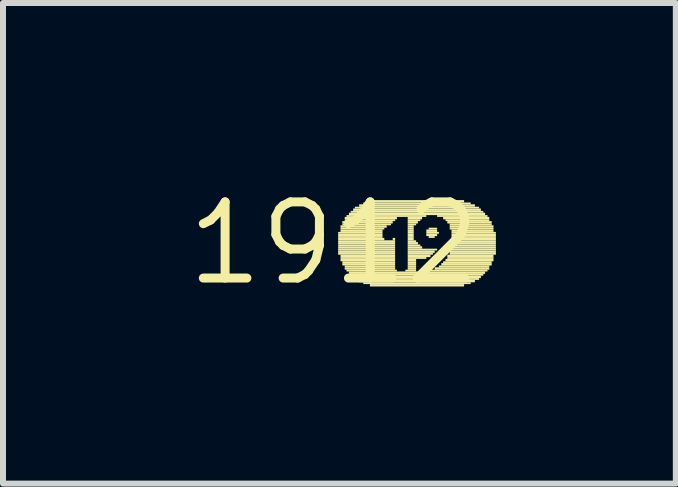
<source format=kicad_pcb>
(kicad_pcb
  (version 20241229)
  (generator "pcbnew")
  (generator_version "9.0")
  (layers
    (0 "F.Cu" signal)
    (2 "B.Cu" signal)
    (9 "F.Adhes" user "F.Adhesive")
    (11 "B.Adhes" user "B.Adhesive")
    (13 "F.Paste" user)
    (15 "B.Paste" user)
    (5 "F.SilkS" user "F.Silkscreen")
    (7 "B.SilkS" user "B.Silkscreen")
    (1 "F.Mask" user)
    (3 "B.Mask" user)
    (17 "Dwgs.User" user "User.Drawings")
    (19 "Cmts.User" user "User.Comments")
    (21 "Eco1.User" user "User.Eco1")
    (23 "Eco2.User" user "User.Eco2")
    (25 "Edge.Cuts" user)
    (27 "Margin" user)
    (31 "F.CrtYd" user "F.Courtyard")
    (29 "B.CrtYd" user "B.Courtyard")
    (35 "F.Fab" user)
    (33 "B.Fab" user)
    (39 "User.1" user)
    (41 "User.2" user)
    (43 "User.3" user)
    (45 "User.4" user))
  (footprint "1912"
    (layer "F.Cu")
    (at 2.517 1.006)
    (property "Reference" "1912" (at 0 0 0) (layer "F.SilkS") (effects (font (size 1.27 1.27) (thickness 0.15))))
    (fp_poly (pts (xy 0.07 -0.16) (xy 0.81 -0.16) (xy 0.81 -0.19) (xy 0.07 -0.19)) (stroke (width 0) (type solid)) (fill yes) (layer "F.SilkS"))
    (fp_poly (pts (xy 0.07 -0.12) (xy 0.81 -0.12) (xy 0.81 -0.16) (xy 0.07 -0.16)) (stroke (width 0) (type solid)) (fill yes) (layer "F.SilkS"))
    (fp_poly (pts (xy 0.07 -0.09) (xy 0.81 -0.09) (xy 0.81 -0.12) (xy 0.07 -0.12)) (stroke (width 0) (type solid)) (fill yes) (layer "F.SilkS"))
    (fp_poly (pts (xy 0.07 -0.05) (xy 0.84 -0.05) (xy 0.84 -0.09) (xy 0.07 -0.09)) (stroke (width 0) (type solid)) (fill yes) (layer "F.SilkS"))
    (fp_poly (pts (xy 0.07 -0.02) (xy 1.02 -0.02) (xy 1.02 -0.05) (xy 0.07 -0.05)) (stroke (width 0) (type solid)) (fill yes) (layer "F.SilkS"))
    (fp_poly (pts (xy 0.07 0.02) (xy 1.02 0.02) (xy 1.02 -0.02) (xy 0.07 -0.02)) (stroke (width 0) (type solid)) (fill yes) (layer "F.SilkS"))
    (fp_poly (pts (xy 0.07 0.05) (xy 1.02 0.05) (xy 1.02 0.02) (xy 0.07 0.02)) (stroke (width 0) (type solid)) (fill yes) (layer "F.SilkS"))
    (fp_poly (pts (xy 0.07 0.09) (xy 1.02 0.09) (xy 1.02 0.05) (xy 0.07 0.05)) (stroke (width 0) (type solid)) (fill yes) (layer "F.SilkS"))
    (fp_poly (pts (xy 0.07 0.12) (xy 1.02 0.12) (xy 1.02 0.09) (xy 0.07 0.09)) (stroke (width 0) (type solid)) (fill yes) (layer "F.SilkS"))
    (fp_poly (pts (xy 0.07 0.16) (xy 1.02 0.16) (xy 1.02 0.12) (xy 0.07 0.12)) (stroke (width 0) (type solid)) (fill yes) (layer "F.SilkS"))
    (fp_poly (pts (xy 0.07 0.19) (xy 1.02 0.19) (xy 1.02 0.16) (xy 0.07 0.16)) (stroke (width 0) (type solid)) (fill yes) (layer "F.SilkS"))
    (fp_poly (pts (xy 0.11 -0.26) (xy 0.88 -0.26) (xy 0.88 -0.3) (xy 0.11 -0.3)) (stroke (width 0) (type solid)) (fill yes) (layer "F.SilkS"))
    (fp_poly (pts (xy 0.11 -0.23) (xy 0.84 -0.23) (xy 0.84 -0.26) (xy 0.11 -0.26)) (stroke (width 0) (type solid)) (fill yes) (layer "F.SilkS"))
    (fp_poly (pts (xy 0.11 -0.19) (xy 0.81 -0.19) (xy 0.81 -0.23) (xy 0.11 -0.23)) (stroke (width 0) (type solid)) (fill yes) (layer "F.SilkS"))
    (fp_poly (pts (xy 0.11 0.23) (xy 1.02 0.23) (xy 1.02 0.19) (xy 0.11 0.19)) (stroke (width 0) (type solid)) (fill yes) (layer "F.SilkS"))
    (fp_poly (pts (xy 0.11 0.26) (xy 1.02 0.26) (xy 1.02 0.23) (xy 0.11 0.23)) (stroke (width 0) (type solid)) (fill yes) (layer "F.SilkS"))
    (fp_poly (pts (xy 0.11 0.3) (xy 1.02 0.3) (xy 1.02 0.26) (xy 0.11 0.26)) (stroke (width 0) (type solid)) (fill yes) (layer "F.SilkS"))
    (fp_poly (pts (xy 0.14 -0.33) (xy 0.98 -0.33) (xy 0.98 -0.37) (xy 0.14 -0.37)) (stroke (width 0) (type solid)) (fill yes) (layer "F.SilkS"))
    (fp_poly (pts (xy 0.14 -0.3) (xy 0.95 -0.3) (xy 0.95 -0.33) (xy 0.14 -0.33)) (stroke (width 0) (type solid)) (fill yes) (layer "F.SilkS"))
    (fp_poly (pts (xy 0.14 0.33) (xy 1.02 0.33) (xy 1.02 0.3) (xy 0.14 0.3)) (stroke (width 0) (type solid)) (fill yes) (layer "F.SilkS"))
    (fp_poly (pts (xy 0.14 0.37) (xy 1.02 0.37) (xy 1.02 0.33) (xy 0.14 0.33)) (stroke (width 0) (type solid)) (fill yes) (layer "F.SilkS"))
    (fp_poly (pts (xy 0.18 -0.4) (xy 1.05 -0.4) (xy 1.05 -0.44) (xy 0.18 -0.44)) (stroke (width 0) (type solid)) (fill yes) (layer "F.SilkS"))
    (fp_poly (pts (xy 0.18 -0.37) (xy 1.02 -0.37) (xy 1.02 -0.4) (xy 0.18 -0.4)) (stroke (width 0) (type solid)) (fill yes) (layer "F.SilkS"))
    (fp_poly (pts (xy 0.18 0.4) (xy 1.02 0.4) (xy 1.02 0.37) (xy 0.18 0.37)) (stroke (width 0) (type solid)) (fill yes) (layer "F.SilkS"))
    (fp_poly (pts (xy 0.18 0.44) (xy 1.02 0.44) (xy 1.02 0.4) (xy 0.18 0.4)) (stroke (width 0) (type solid)) (fill yes) (layer "F.SilkS"))
    (fp_poly (pts (xy 0.21 -0.44) (xy 1.54 -0.44) (xy 1.54 -0.47) (xy 0.21 -0.47)) (stroke (width 0) (type solid)) (fill yes) (layer "F.SilkS"))
    (fp_poly (pts (xy 0.21 0.47) (xy 1.05 0.47) (xy 1.05 0.44) (xy 0.21 0.44)) (stroke (width 0) (type solid)) (fill yes) (layer "F.SilkS"))
    (fp_poly (pts (xy 0.25 -0.47) (xy 2.52 -0.47) (xy 2.52 -0.51) (xy 0.25 -0.51)) (stroke (width 0) (type solid)) (fill yes) (layer "F.SilkS"))
    (fp_poly (pts (xy 0.25 0.51) (xy 2.52 0.51) (xy 2.52 0.47) (xy 0.25 0.47)) (stroke (width 0) (type solid)) (fill yes) (layer "F.SilkS"))
    (fp_poly (pts (xy 0.28 -0.51) (xy 2.49 -0.51) (xy 2.49 -0.54) (xy 0.28 -0.54)) (stroke (width 0) (type solid)) (fill yes) (layer "F.SilkS"))
    (fp_poly (pts (xy 0.28 0.54) (xy 2.49 0.54) (xy 2.49 0.51) (xy 0.28 0.51)) (stroke (width 0) (type solid)) (fill yes) (layer "F.SilkS"))
    (fp_poly (pts (xy 0.32 -0.54) (xy 2.45 -0.54) (xy 2.45 -0.58) (xy 0.32 -0.58)) (stroke (width 0) (type solid)) (fill yes) (layer "F.SilkS"))
    (fp_poly (pts (xy 0.32 0.58) (xy 2.45 0.58) (xy 2.45 0.54) (xy 0.32 0.54)) (stroke (width 0) (type solid)) (fill yes) (layer "F.SilkS"))
    (fp_poly (pts (xy 0.35 -0.58) (xy 2.42 -0.58) (xy 2.42 -0.61) (xy 0.35 -0.61)) (stroke (width 0) (type solid)) (fill yes) (layer "F.SilkS"))
    (fp_poly (pts (xy 0.35 0.61) (xy 2.42 0.61) (xy 2.42 0.58) (xy 0.35 0.58)) (stroke (width 0) (type solid)) (fill yes) (layer "F.SilkS"))
    (fp_poly (pts (xy 0.42 -0.61) (xy 2.35 -0.61) (xy 2.35 -0.65) (xy 0.42 -0.65)) (stroke (width 0) (type solid)) (fill yes) (layer "F.SilkS"))
    (fp_poly (pts (xy 0.42 0.65) (xy 2.35 0.65) (xy 2.35 0.61) (xy 0.42 0.61)) (stroke (width 0) (type solid)) (fill yes) (layer "F.SilkS"))
    (fp_poly (pts (xy 0.49 -0.65) (xy 2.28 -0.65) (xy 2.28 -0.68) (xy 0.49 -0.68)) (stroke (width 0) (type solid)) (fill yes) (layer "F.SilkS"))
    (fp_poly (pts (xy 0.49 0.68) (xy 2.28 0.68) (xy 2.28 0.65) (xy 0.49 0.65)) (stroke (width 0) (type solid)) (fill yes) (layer "F.SilkS"))
    (fp_poly (pts (xy 0.6 -0.68) (xy 2.17 -0.68) (xy 2.17 -0.72) (xy 0.6 -0.72)) (stroke (width 0) (type solid)) (fill yes) (layer "F.SilkS"))
    (fp_poly (pts (xy 0.6 0.72) (xy 2.17 0.72) (xy 2.17 0.68) (xy 0.6 0.68)) (stroke (width 0) (type solid)) (fill yes) (layer "F.SilkS"))
    (fp_poly (pts (xy 0.98 -0.05) (xy 1.02 -0.05) (xy 1.02 -0.09) (xy 0.98 -0.09)) (stroke (width 0) (type solid)) (fill yes) (layer "F.SilkS"))
    (fp_poly (pts (xy 1.19 0.47) (xy 1.37 0.47) (xy 1.37 0.44) (xy 1.19 0.44)) (stroke (width 0) (type solid)) (fill yes) (layer "F.SilkS"))
    (fp_poly (pts (xy 1.23 -0.4) (xy 1.47 -0.4) (xy 1.47 -0.44) (xy 1.23 -0.44)) (stroke (width 0) (type solid)) (fill yes) (layer "F.SilkS"))
    (fp_poly (pts (xy 1.23 -0.37) (xy 1.44 -0.37) (xy 1.44 -0.4) (xy 1.23 -0.4)) (stroke (width 0) (type solid)) (fill yes) (layer "F.SilkS"))
    (fp_poly (pts (xy 1.23 -0.33) (xy 1.4 -0.33) (xy 1.4 -0.37) (xy 1.23 -0.37)) (stroke (width 0) (type solid)) (fill yes) (layer "F.SilkS"))
    (fp_poly (pts (xy 1.23 -0.3) (xy 1.37 -0.3) (xy 1.37 -0.33) (xy 1.23 -0.33)) (stroke (width 0) (type solid)) (fill yes) (layer "F.SilkS"))
    (fp_poly (pts (xy 1.23 -0.26) (xy 1.33 -0.26) (xy 1.33 -0.3) (xy 1.23 -0.3)) (stroke (width 0) (type solid)) (fill yes) (layer "F.SilkS"))
    (fp_poly (pts (xy 1.23 -0.23) (xy 1.33 -0.23) (xy 1.33 -0.26) (xy 1.23 -0.26)) (stroke (width 0) (type solid)) (fill yes) (layer "F.SilkS"))
    (fp_poly (pts (xy 1.23 -0.19) (xy 1.33 -0.19) (xy 1.33 -0.23) (xy 1.23 -0.23)) (stroke (width 0) (type solid)) (fill yes) (layer "F.SilkS"))
    (fp_poly (pts (xy 1.23 -0.16) (xy 1.33 -0.16) (xy 1.33 -0.19) (xy 1.23 -0.19)) (stroke (width 0) (type solid)) (fill yes) (layer "F.SilkS"))
    (fp_poly (pts (xy 1.23 -0.12) (xy 1.33 -0.12) (xy 1.33 -0.16) (xy 1.23 -0.16)) (stroke (width 0) (type solid)) (fill yes) (layer "F.SilkS"))
    (fp_poly (pts (xy 1.23 -0.09) (xy 1.33 -0.09) (xy 1.33 -0.12) (xy 1.23 -0.12)) (stroke (width 0) (type solid)) (fill yes) (layer "F.SilkS"))
    (fp_poly (pts (xy 1.23 -0.05) (xy 1.33 -0.05) (xy 1.33 -0.09) (xy 1.23 -0.09)) (stroke (width 0) (type solid)) (fill yes) (layer "F.SilkS"))
    (fp_poly (pts (xy 1.23 -0.02) (xy 1.37 -0.02) (xy 1.37 -0.05) (xy 1.23 -0.05)) (stroke (width 0) (type solid)) (fill yes) (layer "F.SilkS"))
    (fp_poly (pts (xy 1.23 0.02) (xy 1.4 0.02) (xy 1.4 -0.02) (xy 1.23 -0.02)) (stroke (width 0) (type solid)) (fill yes) (layer "F.SilkS"))
    (fp_poly (pts (xy 1.23 0.05) (xy 1.44 0.05) (xy 1.44 0.02) (xy 1.23 0.02)) (stroke (width 0) (type solid)) (fill yes) (layer "F.SilkS"))
    (fp_poly (pts (xy 1.23 0.09) (xy 1.47 0.09) (xy 1.47 0.05) (xy 1.23 0.05)) (stroke (width 0) (type solid)) (fill yes) (layer "F.SilkS"))
    (fp_poly (pts (xy 1.23 0.12) (xy 1.72 0.12) (xy 1.72 0.09) (xy 1.23 0.09)) (stroke (width 0) (type solid)) (fill yes) (layer "F.SilkS"))
    (fp_poly (pts (xy 1.23 0.16) (xy 1.68 0.16) (xy 1.68 0.12) (xy 1.23 0.12)) (stroke (width 0) (type solid)) (fill yes) (layer "F.SilkS"))
    (fp_poly (pts (xy 1.23 0.19) (xy 1.65 0.19) (xy 1.65 0.16) (xy 1.23 0.16)) (stroke (width 0) (type solid)) (fill yes) (layer "F.SilkS"))
    (fp_poly (pts (xy 1.23 0.23) (xy 1.61 0.23) (xy 1.61 0.19) (xy 1.23 0.19)) (stroke (width 0) (type solid)) (fill yes) (layer "F.SilkS"))
    (fp_poly (pts (xy 1.23 0.26) (xy 1.54 0.26) (xy 1.54 0.23) (xy 1.23 0.23)) (stroke (width 0) (type solid)) (fill yes) (layer "F.SilkS"))
    (fp_poly (pts (xy 1.23 0.3) (xy 1.37 0.3) (xy 1.37 0.26) (xy 1.23 0.26)) (stroke (width 0) (type solid)) (fill yes) (layer "F.SilkS"))
    (fp_poly (pts (xy 1.23 0.33) (xy 1.37 0.33) (xy 1.37 0.3) (xy 1.23 0.3)) (stroke (width 0) (type solid)) (fill yes) (layer "F.SilkS"))
    (fp_poly (pts (xy 1.23 0.37) (xy 1.37 0.37) (xy 1.37 0.33) (xy 1.23 0.33)) (stroke (width 0) (type solid)) (fill yes) (layer "F.SilkS"))
    (fp_poly (pts (xy 1.23 0.4) (xy 1.37 0.4) (xy 1.37 0.37) (xy 1.23 0.37)) (stroke (width 0) (type solid)) (fill yes) (layer "F.SilkS"))
    (fp_poly (pts (xy 1.23 0.44) (xy 1.37 0.44) (xy 1.37 0.4) (xy 1.23 0.4)) (stroke (width 0) (type solid)) (fill yes) (layer "F.SilkS"))
    (fp_poly (pts (xy 1.54 -0.19) (xy 1.72 -0.19) (xy 1.72 -0.23) (xy 1.54 -0.23)) (stroke (width 0) (type solid)) (fill yes) (layer "F.SilkS"))
    (fp_poly (pts (xy 1.54 -0.16) (xy 1.75 -0.16) (xy 1.75 -0.19) (xy 1.54 -0.19)) (stroke (width 0) (type solid)) (fill yes) (layer "F.SilkS"))
    (fp_poly (pts (xy 1.54 -0.12) (xy 1.72 -0.12) (xy 1.72 -0.16) (xy 1.54 -0.16)) (stroke (width 0) (type solid)) (fill yes) (layer "F.SilkS"))
    (fp_poly (pts (xy 1.58 -0.23) (xy 1.72 -0.23) (xy 1.72 -0.26) (xy 1.58 -0.26)) (stroke (width 0) (type solid)) (fill yes) (layer "F.SilkS"))
    (fp_poly (pts (xy 1.58 -0.09) (xy 1.68 -0.09) (xy 1.68 -0.12) (xy 1.58 -0.12)) (stroke (width 0) (type solid)) (fill yes) (layer "F.SilkS"))
    (fp_poly (pts (xy 1.61 0.47) (xy 2.56 0.47) (xy 2.56 0.44) (xy 1.61 0.44)) (stroke (width 0) (type solid)) (fill yes) (layer "F.SilkS"))
    (fp_poly (pts (xy 1.68 0.44) (xy 2.59 0.44) (xy 2.59 0.4) (xy 1.68 0.4)) (stroke (width 0) (type solid)) (fill yes) (layer "F.SilkS"))
    (fp_poly (pts (xy 1.72 -0.44) (xy 2.56 -0.44) (xy 2.56 -0.47) (xy 1.72 -0.47)) (stroke (width 0) (type solid)) (fill yes) (layer "F.SilkS"))
    (fp_poly (pts (xy 1.75 0.4) (xy 2.59 0.4) (xy 2.59 0.37) (xy 1.75 0.37)) (stroke (width 0) (type solid)) (fill yes) (layer "F.SilkS"))
    (fp_poly (pts (xy 1.79 0.37) (xy 2.63 0.37) (xy 2.63 0.33) (xy 1.79 0.33)) (stroke (width 0) (type solid)) (fill yes) (layer "F.SilkS"))
    (fp_poly (pts (xy 1.82 -0.4) (xy 2.59 -0.4) (xy 2.59 -0.44) (xy 1.82 -0.44)) (stroke (width 0) (type solid)) (fill yes) (layer "F.SilkS"))
    (fp_poly (pts (xy 1.82 0.33) (xy 2.63 0.33) (xy 2.63 0.3) (xy 1.82 0.3)) (stroke (width 0) (type solid)) (fill yes) (layer "F.SilkS"))
    (fp_poly (pts (xy 1.86 -0.37) (xy 2.59 -0.37) (xy 2.59 -0.4) (xy 1.86 -0.4)) (stroke (width 0) (type solid)) (fill yes) (layer "F.SilkS"))
    (fp_poly (pts (xy 1.86 0.3) (xy 2.66 0.3) (xy 2.66 0.26) (xy 1.86 0.26)) (stroke (width 0) (type solid)) (fill yes) (layer "F.SilkS"))
    (fp_poly (pts (xy 1.89 -0.33) (xy 2.63 -0.33) (xy 2.63 -0.37) (xy 1.89 -0.37)) (stroke (width 0) (type solid)) (fill yes) (layer "F.SilkS"))
    (fp_poly (pts (xy 1.89 0.23) (xy 2.66 0.23) (xy 2.66 0.19) (xy 1.89 0.19)) (stroke (width 0) (type solid)) (fill yes) (layer "F.SilkS"))
    (fp_poly (pts (xy 1.89 0.26) (xy 2.66 0.26) (xy 2.66 0.23) (xy 1.89 0.23)) (stroke (width 0) (type solid)) (fill yes) (layer "F.SilkS"))
    (fp_poly (pts (xy 1.93 -0.3) (xy 2.63 -0.3) (xy 2.63 -0.33) (xy 1.93 -0.33)) (stroke (width 0) (type solid)) (fill yes) (layer "F.SilkS"))
    (fp_poly (pts (xy 1.93 -0.26) (xy 2.66 -0.26) (xy 2.66 -0.3) (xy 1.93 -0.3)) (stroke (width 0) (type solid)) (fill yes) (layer "F.SilkS"))
    (fp_poly (pts (xy 1.93 -0.23) (xy 2.66 -0.23) (xy 2.66 -0.26) (xy 1.93 -0.26)) (stroke (width 0) (type solid)) (fill yes) (layer "F.SilkS"))
    (fp_poly (pts (xy 1.93 0.12) (xy 2.7 0.12) (xy 2.7 0.09) (xy 1.93 0.09)) (stroke (width 0) (type solid)) (fill yes) (layer "F.SilkS"))
    (fp_poly (pts (xy 1.93 0.16) (xy 2.7 0.16) (xy 2.7 0.12) (xy 1.93 0.12)) (stroke (width 0) (type solid)) (fill yes) (layer "F.SilkS"))
    (fp_poly (pts (xy 1.93 0.19) (xy 2.7 0.19) (xy 2.7 0.16) (xy 1.93 0.16)) (stroke (width 0) (type solid)) (fill yes) (layer "F.SilkS"))
    (fp_poly (pts (xy 1.96 -0.19) (xy 2.66 -0.19) (xy 2.66 -0.23) (xy 1.96 -0.23)) (stroke (width 0) (type solid)) (fill yes) (layer "F.SilkS"))
    (fp_poly (pts (xy 1.96 -0.16) (xy 2.7 -0.16) (xy 2.7 -0.19) (xy 1.96 -0.19)) (stroke (width 0) (type solid)) (fill yes) (layer "F.SilkS"))
    (fp_poly (pts (xy 1.96 -0.12) (xy 2.7 -0.12) (xy 2.7 -0.16) (xy 1.96 -0.16)) (stroke (width 0) (type solid)) (fill yes) (layer "F.SilkS"))
    (fp_poly (pts (xy 1.96 -0.09) (xy 2.7 -0.09) (xy 2.7 -0.12) (xy 1.96 -0.12)) (stroke (width 0) (type solid)) (fill yes) (layer "F.SilkS"))
    (fp_poly (pts (xy 1.96 -0.05) (xy 2.7 -0.05) (xy 2.7 -0.09) (xy 1.96 -0.09)) (stroke (width 0) (type solid)) (fill yes) (layer "F.SilkS"))
    (fp_poly (pts (xy 1.96 -0.02) (xy 2.7 -0.02) (xy 2.7 -0.05) (xy 1.96 -0.05)) (stroke (width 0) (type solid)) (fill yes) (layer "F.SilkS"))
    (fp_poly (pts (xy 1.96 0.02) (xy 2.7 0.02) (xy 2.7 -0.02) (xy 1.96 -0.02)) (stroke (width 0) (type solid)) (fill yes) (layer "F.SilkS"))
    (fp_poly (pts (xy 1.96 0.05) (xy 2.7 0.05) (xy 2.7 0.02) (xy 1.96 0.02)) (stroke (width 0) (type solid)) (fill yes) (layer "F.SilkS"))
    (fp_poly (pts (xy 1.96 0.09) (xy 2.7 0.09) (xy 2.7 0.05) (xy 1.96 0.05)) (stroke (width 0) (type solid)) (fill yes) (layer "F.SilkS")))
  (gr_rect
    (start -3 -3)
    (end 8.217 5.012)
    (stroke (width 0.1) (type default))
    (fill no)
    (layer "Edge.Cuts")))
</source>
